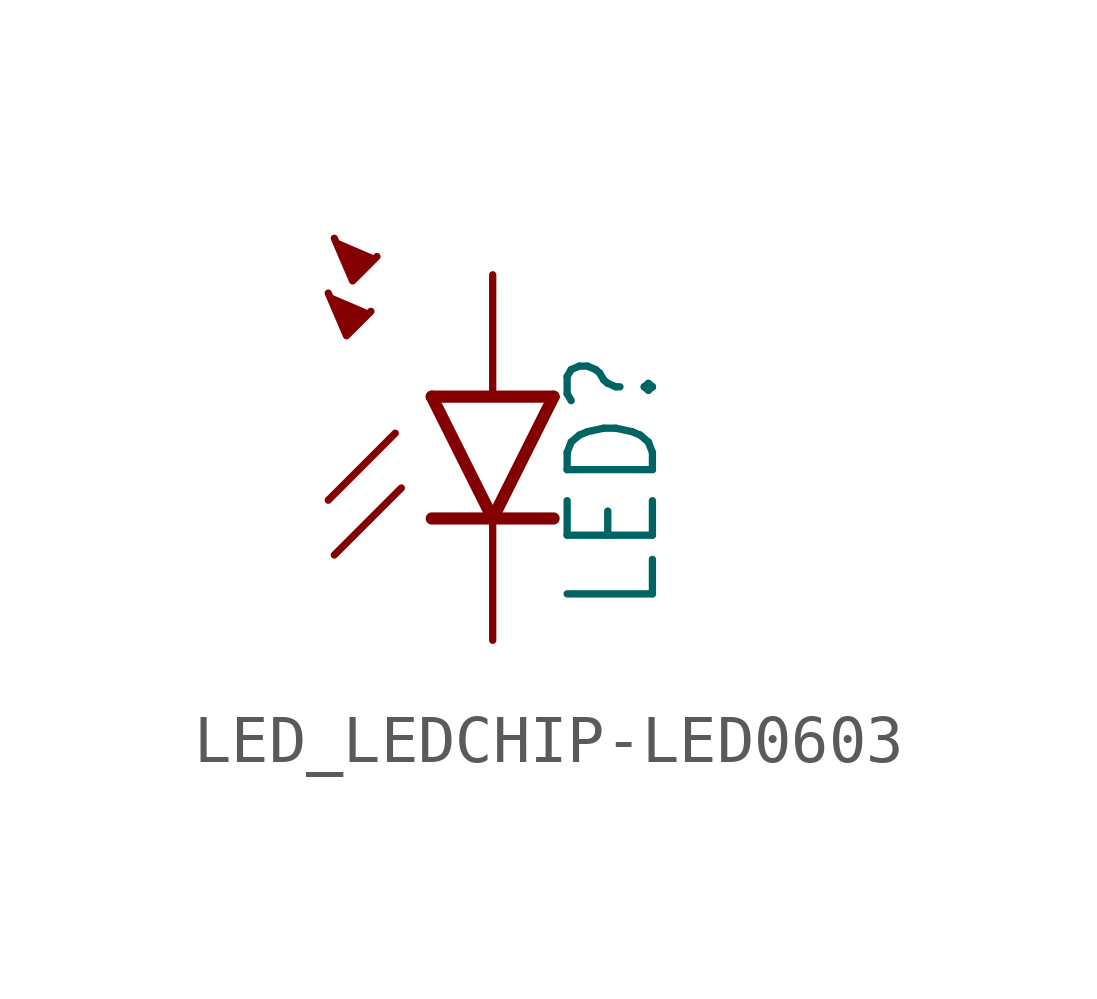
<source format=kicad_sym>
(kicad_symbol_lib
  (version 20241209)
  (generator "kicad_symbol_editor")
  (generator_version "9.0")
  (symbol "LED_LEDCHIP-LED0603"
    (property "Reference" "LED"
      (at 3.556 -4.572 90)
      (effects (font (size 1.778 1.511)) (justify left bottom)))
    (property "Value" ""
      (at 5.715 -4.572 90)
      (effects (font (size 1.778 1.511)) (justify left bottom)))
    (property "ki_locked" ""
      (at 0 0 0)
      (effects (font (size 1.27 1.27))))
    (symbol "LED_LEDCHIP-LED0603_1_0"
      (polyline (pts (xy -3.429 2.159) (xy -3.048 1.27) (xy -2.54 1.778)) (stroke (width 0.152) (type solid)) (fill (type outline)))
      (polyline (pts (xy -3.302 3.302) (xy -2.921 2.413) (xy -2.413 2.921)) (stroke (width 0.152) (type solid)) (fill (type outline)))
      (polyline (pts (xy -2.032 -0.762) (xy -3.429 -2.159)) (stroke (width 0.152) (type solid)) (fill (type none)))
      (polyline (pts (xy -1.905 -1.905) (xy -3.302 -3.302)) (stroke (width 0.152) (type solid)) (fill (type none)))
      (polyline (pts (xy 0 -2.54) (xy -1.27 0)) (stroke (width 0.254) (type solid)) (fill (type none)))
      (polyline (pts (xy 0 -2.54) (xy -1.27 -2.54)) (stroke (width 0.254) (type solid)) (fill (type none)))
      (polyline (pts (xy 1.27 0) (xy -1.27 0)) (stroke (width 0.254) (type solid)) (fill (type none)))
      (polyline (pts (xy 1.27 0) (xy 0 -2.54)) (stroke (width 0.254) (type solid)) (fill (type none)))
      (polyline (pts (xy 1.27 -2.54) (xy 0 -2.54)) (stroke (width 0.254) (type solid)) (fill (type none)))
      (pin passive line (at 0 2.54 270) (length 2.54) (name "A" (effects (font (size 0 0)))) (number "A" (effects (font (size 0 0)))))
      (pin passive line (at 0 -5.08 90) (length 2.54) (name "C" (effects (font (size 0 0)))) (number "C" (effects (font (size 0 0))))))))
</source>
